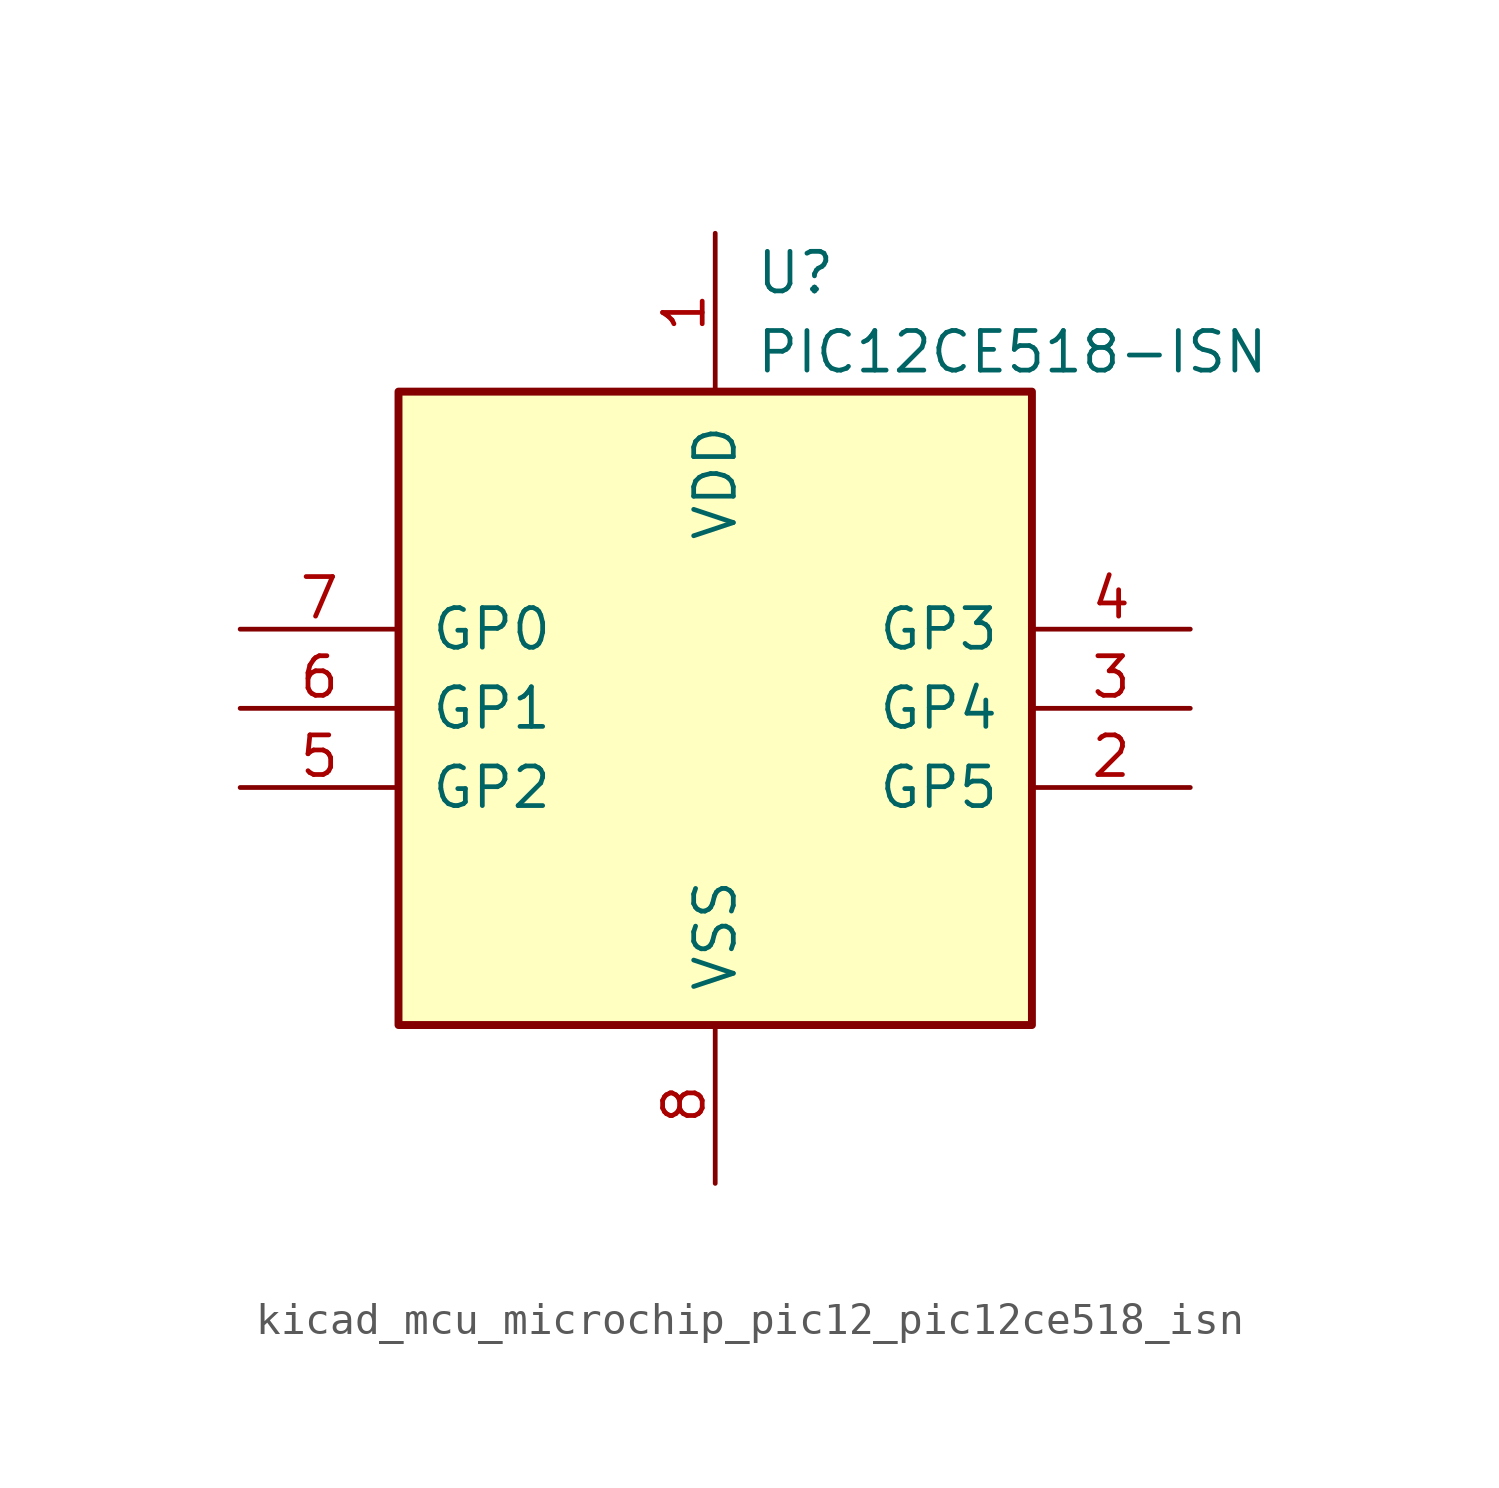
<source format=kicad_sym>
(kicad_symbol_lib
  (version 20220914)
  (generator kicad_symbol_editor)
  (symbol "kicad_mcu_microchip_pic12_pic12ce518_isn"
    (pin_names
      (offset 1.016))
    (property "Reference" "U"
      (at 1.27 13.97 0)
      (effects (font (size 1.27 1.27)) (justify left)))
    (property "Value" "PIC12CE518-ISN"
      (at 1.27 11.43 0)
      (effects (font (size 1.27 1.27)) (justify left)))
    (symbol "kicad_mcu_microchip_pic12_pic12ce518_isn_0_1"
      (rectangle (start 10.16 -10.16) (end -10.16 10.16) (stroke (width 0.254) (type default)) (fill (type background))))
    (symbol "kicad_mcu_microchip_pic12_pic12ce518_isn_1_1"
      (pin power_in line (at 0 15.24 270) (length 5.08) (name "VDD" (effects (font (size 1.27 1.27)))) (number "1" (effects (font (size 1.27 1.27)))))
      (pin bidirectional line (at 15.24 -2.54 180) (length 5.08) (name "GP5" (effects (font (size 1.27 1.27)))) (number "2" (effects (font (size 1.27 1.27)))))
      (pin bidirectional line (at 15.24 0 180) (length 5.08) (name "GP4" (effects (font (size 1.27 1.27)))) (number "3" (effects (font (size 1.27 1.27)))))
      (pin input line (at 15.24 2.54 180) (length 5.08) (name "GP3" (effects (font (size 1.27 1.27)))) (number "4" (effects (font (size 1.27 1.27)))))
      (pin bidirectional line (at -15.24 -2.54 0) (length 5.08) (name "GP2" (effects (font (size 1.27 1.27)))) (number "5" (effects (font (size 1.27 1.27)))))
      (pin bidirectional line (at -15.24 0 0) (length 5.08) (name "GP1" (effects (font (size 1.27 1.27)))) (number "6" (effects (font (size 1.27 1.27)))))
      (pin bidirectional line (at -15.24 2.54 0) (length 5.08) (name "GP0" (effects (font (size 1.27 1.27)))) (number "7" (effects (font (size 1.27 1.27)))))
      (pin power_in line (at 0 -15.24 90) (length 5.08) (name "VSS" (effects (font (size 1.27 1.27)))) (number "8" (effects (font (size 1.27 1.27))))))))
</source>
